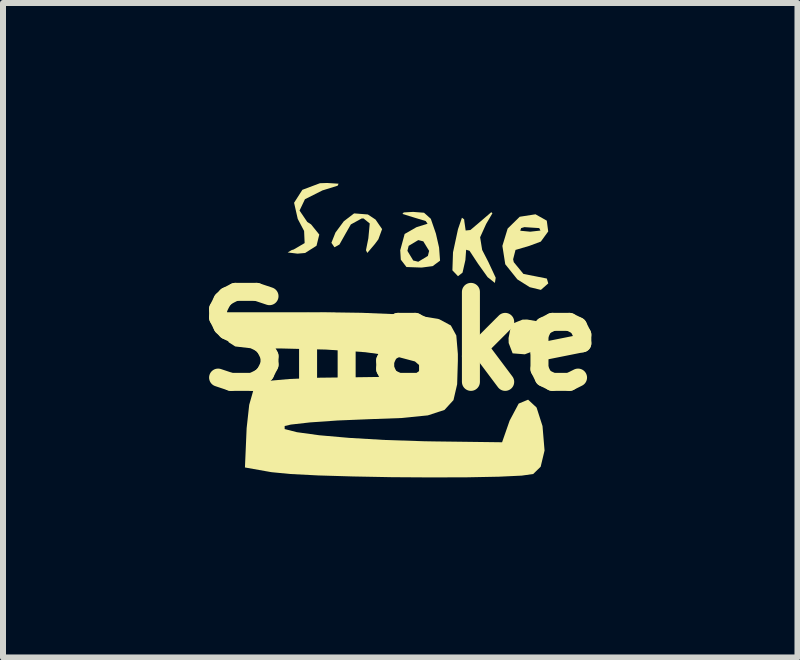
<source format=kicad_pcb>
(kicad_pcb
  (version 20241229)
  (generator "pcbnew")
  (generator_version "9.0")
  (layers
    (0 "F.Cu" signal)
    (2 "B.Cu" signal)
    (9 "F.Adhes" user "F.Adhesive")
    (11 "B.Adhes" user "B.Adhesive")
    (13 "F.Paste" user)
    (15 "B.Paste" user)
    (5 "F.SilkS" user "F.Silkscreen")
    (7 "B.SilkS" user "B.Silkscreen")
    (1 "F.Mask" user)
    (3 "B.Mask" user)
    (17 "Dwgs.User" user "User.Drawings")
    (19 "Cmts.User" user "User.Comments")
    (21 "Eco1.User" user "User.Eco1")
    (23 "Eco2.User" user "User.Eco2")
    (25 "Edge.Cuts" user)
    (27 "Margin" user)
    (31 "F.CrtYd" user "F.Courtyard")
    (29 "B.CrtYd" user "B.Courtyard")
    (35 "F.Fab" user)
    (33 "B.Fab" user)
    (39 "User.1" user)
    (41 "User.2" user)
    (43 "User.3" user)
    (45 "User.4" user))
  (footprint "Snake"
    (layer "F.Cu")
    (at 3.621 2.637)
    (property "Reference" "Snake" (at 0 0 0) (layer "F.SilkS") (effects (font (size 1.5 1.5) (thickness 0.3))))
    (attr board_only exclude_from_pos_files exclude_from_bom)
    (fp_poly (pts (xy 2.34 -0.322) (xy 2.393 -0.163) (xy 2.386 -0.09) (xy 2.249 0.153) (xy 2.077 0.219) (xy 1.874 0.203) (xy 1.808 0.031) (xy 1.806 -0.052) (xy 1.852 -0.285) (xy 2.038 -0.359) (xy 2.115 -0.361)) (stroke (width 0) (type solid)) (fill yes) (layer "F.SilkS"))
    (fp_poly (pts (xy -0.539 -2.112) (xy -0.411 -2.027) (xy -0.302 -1.868) (xy -0.364 -1.698) (xy -0.422 -1.62) (xy -0.548 -1.471) (xy -0.571 -1.516) (xy -0.531 -1.715) (xy -0.508 -1.962) (xy -0.61 -2.045) (xy -0.641 -2.046) (xy -0.823 -1.946) (xy -0.903 -1.806) (xy -1.013 -1.611) (xy -1.096 -1.565) (xy -1.147 -1.64) (xy -1.079 -1.811) (xy -0.94 -1.999) (xy -0.774 -2.126) (xy -0.765 -2.13)) (stroke (width 0) (type solid)) (fill yes) (layer "F.SilkS"))
    (fp_poly (pts (xy -1.028 -2.625) (xy -1.042 -2.592) (xy -1.276 -2.519) (xy -1.294 -2.514) (xy -1.588 -2.366) (xy -1.678 -2.177) (xy -1.549 -1.987) (xy -1.486 -1.947) (xy -1.349 -1.777) (xy -1.395 -1.591) (xy -1.585 -1.47) (xy -1.712 -1.459) (xy -1.876 -1.479) (xy -1.808 -1.519) (xy -1.776 -1.528) (xy -1.593 -1.635) (xy -1.602 -1.837) (xy -1.708 -2.038) (xy -1.769 -2.307) (xy -1.631 -2.523) (xy -1.338 -2.633) (xy -1.219 -2.637)) (stroke (width 0) (type solid)) (fill yes) (layer "F.SilkS"))
    (fp_poly (pts (xy 1.537 -2.132) (xy 1.432 -1.953) (xy 1.332 -1.732) (xy 1.366 -1.521) (xy 1.469 -1.321) (xy 1.592 -1.057) (xy 1.578 -0.971) (xy 1.457 -1.067) (xy 1.295 -1.294) (xy 1.155 -1.507) (xy 1.099 -1.524) (xy 1.087 -1.357) (xy 1.087 -1.354) (xy 1.039 -1.143) (xy 0.963 -1.083) (xy 0.87 -1.181) (xy 0.88 -1.48) (xy 0.963 -1.866) (xy 1.029 -2.058) (xy 1.066 -2.03) (xy 1.069 -1.998) (xy 1.091 -1.845) (xy 1.17 -1.853) (xy 1.341 -1.998) (xy 1.518 -2.15)) (stroke (width 0) (type solid)) (fill yes) (layer "F.SilkS"))
    (fp_poly (pts (xy 2.443 -2.009) (xy 2.467 -1.829) (xy 2.344 -1.66) (xy 2.15 -1.588) (xy 1.922 -1.521) (xy 1.882 -1.365) (xy 1.893 -1.317) (xy 2.054 -1.121) (xy 2.248 -1.083) (xy 2.444 -1.044) (xy 2.468 -0.963) (xy 2.345 -0.855) (xy 2.159 -0.9) (xy 1.953 -1.03) (xy 1.751 -1.282) (xy 1.703 -1.588) (xy 1.78 -1.841) (xy 2.001 -1.841) (xy 2.167 -1.825) (xy 2.338 -1.844) (xy 2.317 -1.885) (xy 2.071 -1.901) (xy 2.016 -1.885) (xy 2.001 -1.841) (xy 1.78 -1.841) (xy 1.791 -1.877) (xy 1.992 -2.074) (xy 2.255 -2.115)) (stroke (width 0) (type solid)) (fill yes) (layer "F.SilkS"))
    (fp_poly (pts (xy 0.397 -2.141) (xy 0.51 -2.04) (xy 0.595 -1.793) (xy 0.648 -1.56) (xy 0.664 -1.342) (xy 0.541 -1.251) (xy 0.357 -1.227) (xy 0.104 -1.236) (xy 0.01 -1.359) (xy 0.001 -1.505) (xy 0.12 -1.505) (xy 0.217 -1.345) (xy 0.301 -1.324) (xy 0.461 -1.421) (xy 0.482 -1.505) (xy 0.385 -1.664) (xy 0.301 -1.685) (xy 0.141 -1.589) (xy 0.12 -1.505) (xy 0.001 -1.505) (xy -0.000001 -1.514) (xy 0.074 -1.787) (xy 0.271 -1.9) (xy 0.456 -1.958) (xy 0.424 -2.003) (xy 0.241 -2.058) (xy 0.037 -2.121) (xy 0.059 -2.146) (xy 0.214 -2.155)) (stroke (width 0) (type solid)) (fill yes) (layer "F.SilkS"))
    (fp_poly (pts (xy -0.645 -0.473) (xy -0.081 -0.45) (xy 0.362 -0.415) (xy 0.63 -0.372) (xy 0.654 -0.364) (xy 0.844 -0.262) (xy 0.935 -0.095) (xy 0.961 0.214) (xy 0.961 0.328) (xy 0.949 0.718) (xy 0.888 0.982) (xy 0.738 1.146) (xy 0.46 1.237) (xy 0.014 1.281) (xy -0.507 1.3) (xy -1.045 1.322) (xy -1.503 1.354) (xy -1.822 1.39) (xy -1.926 1.414) (xy -1.926 1.465) (xy -1.722 1.517) (xy -1.351 1.568) (xy -0.849 1.612) (xy -0.254 1.647) (xy 0.397 1.668) (xy 0.578 1.671) (xy 1.698 1.685) (xy 1.824 1.324) (xy 1.975 1.04) (xy 2.132 0.975) (xy 2.273 1.106) (xy 2.372 1.415) (xy 2.406 1.823) (xy 2.341 2.093) (xy 2.217 2.214) (xy 2.025 2.241) (xy 1.643 2.259) (xy 1.121 2.269) (xy 0.508 2.271) (xy -0.144 2.267) (xy -0.785 2.255) (xy -1.365 2.238) (xy -1.834 2.214) (xy -2.142 2.184) (xy -2.167 2.18) (xy -2.588 2.105) (xy -2.56 1.452) (xy -2.517 1.061) (xy -2.438 0.783) (xy -2.379 0.702) (xy -2.202 0.662) (xy -1.84 0.63) (xy -1.353 0.609) (xy -0.933 0.604) (xy -0.335 0.596) (xy 0.057 0.573) (xy 0.277 0.528) (xy 0.358 0.46) (xy 0.361 0.439) (xy 0.246 0.338) (xy -0.079 0.252) (xy -0.583 0.184) (xy -1.236 0.14) (xy -2.006 0.121) (xy -2.077 0.121) (xy -2.507 0.116) (xy -2.75 0.088) (xy -2.859 0.018) (xy -2.888 -0.115) (xy -2.889 -0.181) (xy -2.889 -0.482) (xy -1.272 -0.482)) (stroke (width 0) (type solid)) (fill yes) (layer "F.SilkS")))
  (gr_rect
    (start -3 -3)
    (end 10.243 7.909)
    (stroke (width 0.1) (type default))
    (fill no)
    (layer "Edge.Cuts")))
</source>
